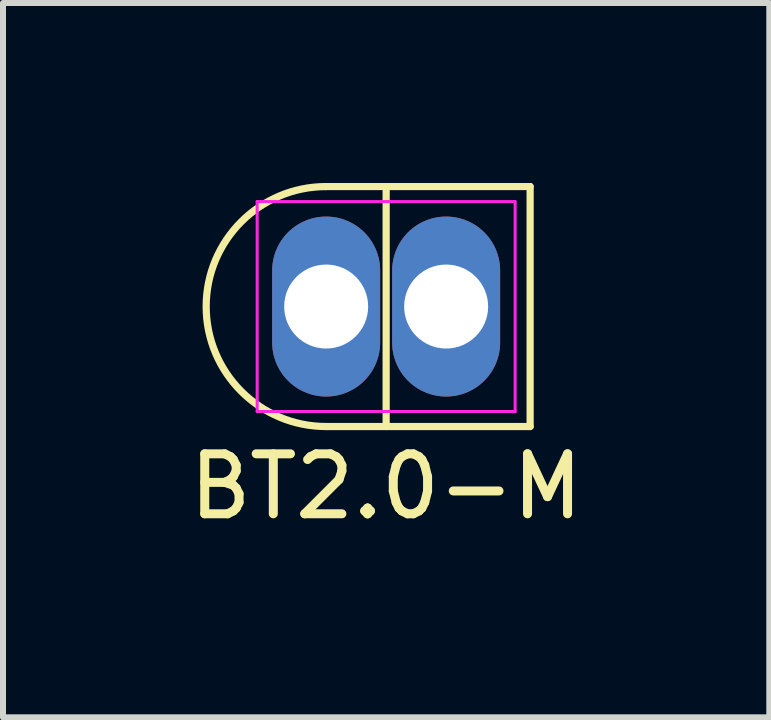
<source format=kicad_pcb>
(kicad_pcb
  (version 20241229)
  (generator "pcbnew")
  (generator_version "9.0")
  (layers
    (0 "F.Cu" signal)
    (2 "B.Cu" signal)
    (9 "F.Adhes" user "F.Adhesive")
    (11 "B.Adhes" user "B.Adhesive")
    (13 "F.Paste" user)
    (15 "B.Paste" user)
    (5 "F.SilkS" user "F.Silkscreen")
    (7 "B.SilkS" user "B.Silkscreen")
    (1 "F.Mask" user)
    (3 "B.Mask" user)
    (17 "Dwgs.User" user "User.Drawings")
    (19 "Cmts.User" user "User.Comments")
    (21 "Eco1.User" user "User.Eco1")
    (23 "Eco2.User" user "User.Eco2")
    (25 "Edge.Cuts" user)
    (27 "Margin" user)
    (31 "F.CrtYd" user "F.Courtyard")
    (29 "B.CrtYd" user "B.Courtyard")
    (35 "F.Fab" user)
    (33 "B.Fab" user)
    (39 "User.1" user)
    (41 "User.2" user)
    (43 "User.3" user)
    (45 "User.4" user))
  (footprint "BT2.0-M"
    (layer "F.Cu")
    (at 3.387 2.06)
    (property "Reference" "BT2.0-M" (at 0 3 0) (layer "F.SilkS") (effects (font (size 1 1) (thickness 0.15))))
    (attr through_hole)
    (fp_line (start -1 -2) (end 2.4 -2) (stroke (width 0.12) (type solid)) (layer "F.SilkS"))
    (fp_line (start 0 -2) (end 0 2) (stroke (width 0.12) (type solid)) (layer "F.SilkS"))
    (fp_line (start 2.4 -2) (end 2.4 2) (stroke (width 0.12) (type solid)) (layer "F.SilkS"))
    (fp_line (start 2.4 2) (end -1 2) (stroke (width 0.12) (type solid)) (layer "F.SilkS"))
    (fp_arc (start -1 2) (mid -3 0) (end -1 -2) (stroke (width 0.12) (type solid)) (layer "F.SilkS"))
    (fp_line (start -2.15 -1.75) (end 2.15 -1.75) (stroke (width 0.05) (type solid)) (layer "F.CrtYd"))
    (fp_line (start -2.15 1.75) (end -2.15 -1.75) (stroke (width 0.05) (type solid)) (layer "F.CrtYd"))
    (fp_line (start 2.15 -1.75) (end 2.15 1.75) (stroke (width 0.05) (type solid)) (layer "F.CrtYd"))
    (fp_line (start 2.15 1.75) (end -2.15 1.75) (stroke (width 0.05) (type solid)) (layer "F.CrtYd"))
    (pad "1" thru_hole oval (at -1 0) (size 1.8 3) (drill 1.4) (layers "*.Cu" "*.Mask"))
    (pad "2" thru_hole oval (at 1 0) (size 1.8 3) (drill 1.4) (layers "*.Cu" "*.Mask")))
  (gr_rect
    (start -3 -3)
    (end 9.774 8.908)
    (stroke (width 0.1) (type default))
    (fill no)
    (layer "Edge.Cuts")))
</source>
